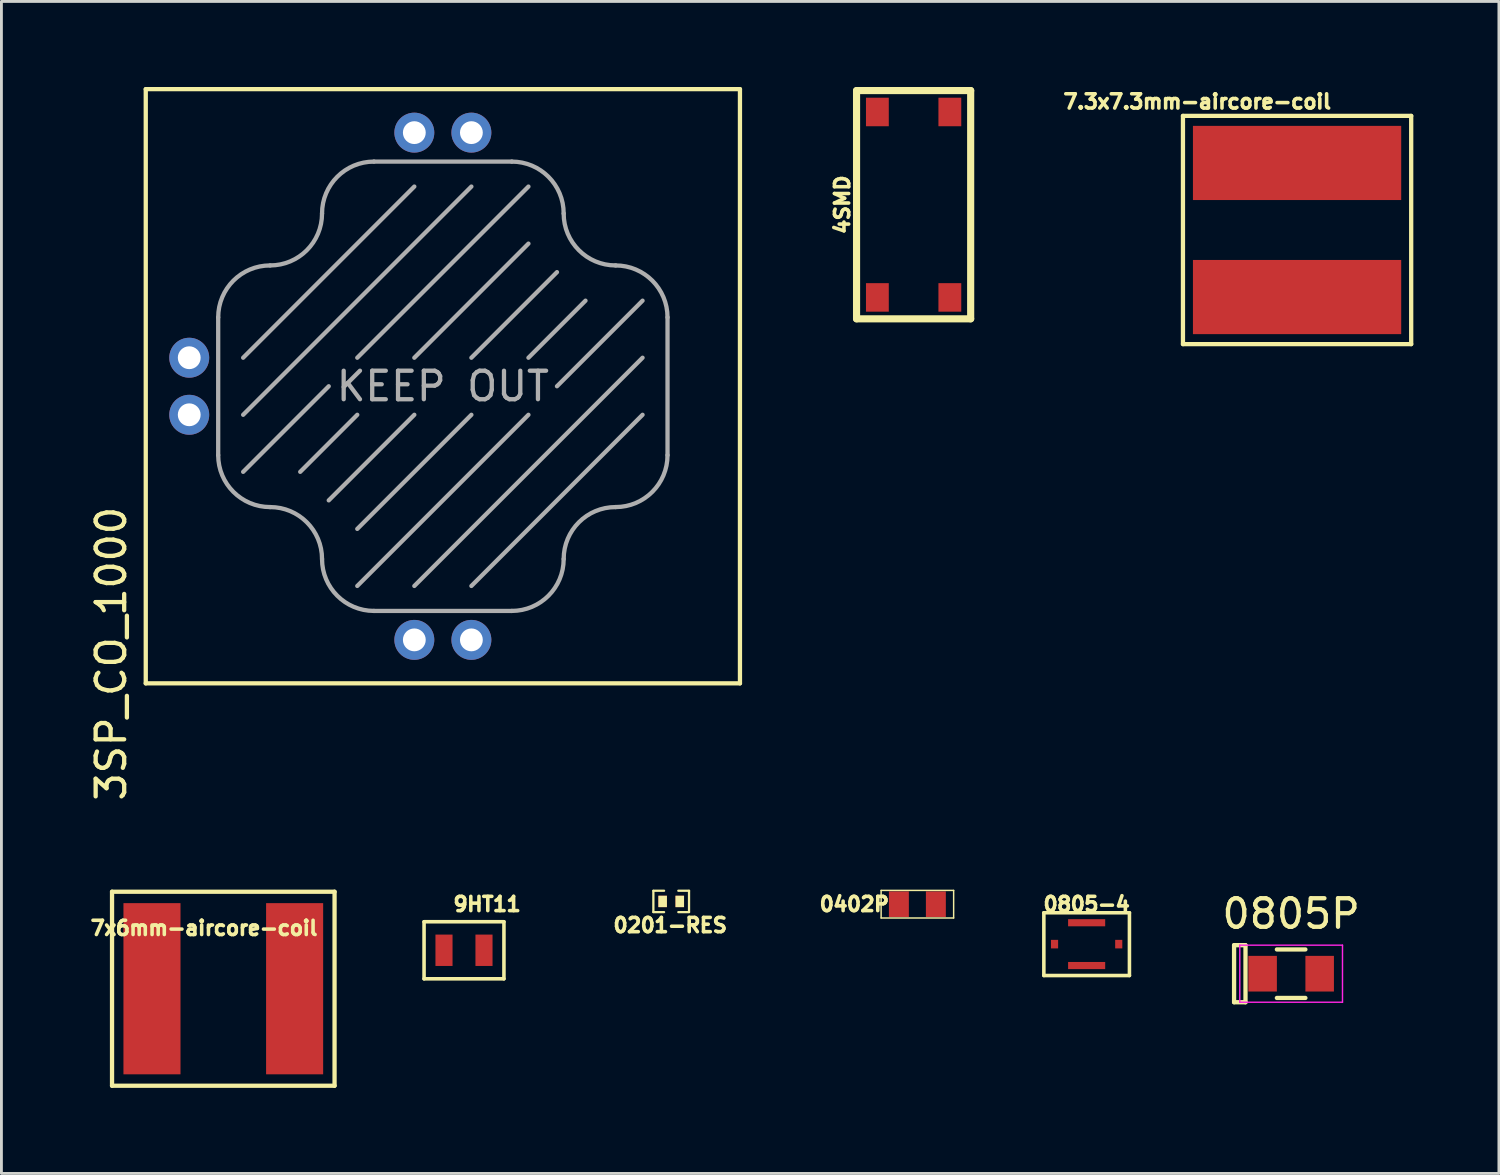
<source format=kicad_pcb>
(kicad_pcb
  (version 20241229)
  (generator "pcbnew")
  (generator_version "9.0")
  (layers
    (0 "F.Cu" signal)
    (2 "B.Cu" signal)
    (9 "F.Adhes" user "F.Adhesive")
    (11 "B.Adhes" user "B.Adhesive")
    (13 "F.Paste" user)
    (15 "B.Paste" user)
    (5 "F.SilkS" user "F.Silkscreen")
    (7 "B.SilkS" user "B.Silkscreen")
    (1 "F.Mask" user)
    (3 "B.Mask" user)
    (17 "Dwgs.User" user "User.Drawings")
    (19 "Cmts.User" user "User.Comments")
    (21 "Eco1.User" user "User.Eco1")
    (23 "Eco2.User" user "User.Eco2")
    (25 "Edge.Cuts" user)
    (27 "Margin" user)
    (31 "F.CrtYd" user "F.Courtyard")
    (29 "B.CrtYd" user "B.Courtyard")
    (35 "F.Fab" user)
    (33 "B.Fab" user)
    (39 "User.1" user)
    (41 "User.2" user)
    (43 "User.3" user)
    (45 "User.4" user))
  (footprint "7x6mm-aircore-coil"
    (layer "F.Cu")
    (at 4.777 31.607)
    (property "Reference" "7x6mm-aircore-coil" (at -0.675 -2.125 0) (layer "F.SilkS") (effects (font (size 0.5 0.5) (thickness 0.125))))
    (attr through_hole)
    (fp_line (start -3.9 -3.4) (end -3.9 3.4) (stroke (width 0.15) (type solid)) (layer "F.SilkS"))
    (fp_line (start -3.9 3.4) (end 3.9 3.4) (stroke (width 0.15) (type solid)) (layer "F.SilkS"))
    (fp_line (start 3.9 -3.4) (end -3.9 -3.4) (stroke (width 0.15) (type solid)) (layer "F.SilkS"))
    (fp_line (start 3.9 -3.4) (end 3.9 3.4) (stroke (width 0.15) (type solid)) (layer "F.SilkS"))
    (pad "1" smd rect (at -2.5 0) (size 2 6) (layers "F.Cu" "F.Mask" "F.Paste"))
    (pad "2" smd rect (at 2.5 0) (size 2 6) (layers "F.Cu" "F.Mask" "F.Paste")))
  (footprint "0805-4"
    (layer "F.Cu")
    (at 35.039 30.044)
    (property "Reference" "0805-4" (at 0 -1.4 0) (layer "F.SilkS") (effects (font (size 0.5 0.5) (thickness 0.125))))
    (attr through_hole)
    (fp_line (start -1.5 -1.1) (end 1.5 -1.1) (stroke (width 0.125) (type solid)) (layer "F.SilkS"))
    (fp_line (start -1.5 1.1) (end -1.5 -1.1) (stroke (width 0.125) (type solid)) (layer "F.SilkS"))
    (fp_line (start 1.5 -1.1) (end 1.5 1.1) (stroke (width 0.125) (type solid)) (layer "F.SilkS"))
    (fp_line (start 1.5 1.1) (end -1.5 1.1) (stroke (width 0.125) (type solid)) (layer "F.SilkS"))
    (pad "1" smd rect (at 0 -0.75) (size 1.3 0.25) (layers "F.Cu" "F.Mask" "F.Paste"))
    (pad "2" smd rect (at 1.125 0) (size 0.25 0.3) (layers "F.Cu" "F.Mask" "F.Paste"))
    (pad "3" smd rect (at 0 0.75) (size 1.3 0.25) (layers "F.Cu" "F.Mask" "F.Paste"))
    (pad "4" smd rect (at -1.125 0) (size 0.25 0.3) (layers "F.Cu" "F.Mask" "F.Paste")))
  (footprint "4SMD"
    (layer "F.Cu")
    (at 28.974 4.125)
    (property "Reference" "4SMD" (at -2.5 0 90) (layer "F.SilkS") (effects (font (size 0.5 0.5) (thickness 0.125))))
    (attr through_hole)
    (fp_line (start -2 -4) (end 2 -4) (stroke (width 0.25) (type solid)) (layer "F.SilkS"))
    (fp_line (start -2 4) (end -2 -4) (stroke (width 0.25) (type solid)) (layer "F.SilkS"))
    (fp_line (start 2 -4) (end 2 4) (stroke (width 0.25) (type solid)) (layer "F.SilkS"))
    (fp_line (start 2 4) (end -2 4) (stroke (width 0.25) (type solid)) (layer "F.SilkS"))
    (pad "1" smd rect (at -1.27 3.25) (size 0.8 1) (layers "F.Cu" "F.Mask" "F.Paste"))
    (pad "2" smd rect (at 1.27 3.25) (size 0.8 1) (layers "F.Cu" "F.Mask" "F.Paste"))
    (pad "3" smd rect (at 1.27 -3.25) (size 0.8 1) (layers "F.Cu" "F.Mask" "F.Paste"))
    (pad "4" smd rect (at -1.27 -3.25) (size 0.8 1) (layers "F.Cu" "F.Mask" "F.Paste")))
  (footprint "0402P"
    (layer "F.Cu")
    (at 29.106 28.644)
    (property "Reference" "0402P" (at -2.21 0 0) (layer "F.SilkS") (effects (font (size 0.5 0.5) (thickness 0.125))))
    (attr smd)
    (fp_line (start -1.271 -0.483) (end 1.271 -0.483) (stroke (width 0.051) (type solid)) (layer "F.SilkS"))
    (fp_line (start -1.271 0.483) (end -1.271 -0.483) (stroke (width 0.051) (type solid)) (layer "F.SilkS"))
    (fp_line (start 1.271 -0.483) (end 1.271 0.483) (stroke (width 0.051) (type solid)) (layer "F.SilkS"))
    (fp_line (start 1.271 0.483) (end -1.271 0.483) (stroke (width 0.051) (type solid)) (layer "F.SilkS"))
    (pad "A" smd rect (at -0.648 0) (size 0.699 0.899) (layers "F.Cu" "F.Mask" "F.Paste"))
    (pad "C" smd rect (at 0.648 0) (size 0.699 0.899) (layers "F.Cu" "F.Mask" "F.Paste")))
  (footprint "3SP_CO_1000"
    (layer "F.Cu")
    (at 12.473 10.489)
    (property "Reference" "3SP_CO_1000" (at -11.625 9.375 90) (layer "F.SilkS") (effects (font (size 1 1) (thickness 0.15))))
    (attr through_hole)
    (fp_line (start -10.414 -10.414) (end 10.414 -10.414) (stroke (width 0.15) (type solid)) (layer "F.SilkS"))
    (fp_line (start -10.414 10.414) (end -10.414 -10.414) (stroke (width 0.15) (type solid)) (layer "F.SilkS"))
    (fp_line (start -10.414 10.414) (end 10.414 10.414) (stroke (width 0.15) (type solid)) (layer "F.SilkS"))
    (fp_line (start 10.414 10.414) (end 10.414 -10.414) (stroke (width 0.15) (type solid)) (layer "F.SilkS"))
    (fp_line (start -7.875 -2.415) (end -7.875 2.415) (stroke (width 0.15) (type solid)) (layer "F.Fab"))
    (fp_line (start -7 1) (end 1 -7) (stroke (width 0.15) (type solid)) (layer "F.Fab"))
    (fp_line (start -4 0) (end -7 3) (stroke (width 0.15) (type solid)) (layer "F.Fab"))
    (fp_line (start -3 -1) (end 3 -7) (stroke (width 0.15) (type solid)) (layer "F.Fab"))
    (fp_line (start -3 1) (end -5 3) (stroke (width 0.15) (type solid)) (layer "F.Fab"))
    (fp_line (start -1 -7) (end -7 -1) (stroke (width 0.15) (type solid)) (layer "F.Fab"))
    (fp_line (start -1 -1) (end 3 -5) (stroke (width 0.15) (type solid)) (layer "F.Fab"))
    (fp_line (start -1 1) (end -4 4) (stroke (width 0.15) (type solid)) (layer "F.Fab"))
    (fp_line (start -1 7) (end 7 -1) (stroke (width 0.15) (type solid)) (layer "F.Fab"))
    (fp_line (start 1 -1) (end 4 -4) (stroke (width 0.15) (type solid)) (layer "F.Fab"))
    (fp_line (start 1 1) (end -3 5) (stroke (width 0.15) (type solid)) (layer "F.Fab"))
    (fp_line (start 1 7) (end 7 1) (stroke (width 0.15) (type solid)) (layer "F.Fab"))
    (fp_line (start 2.415 -7.875) (end -2.415 -7.875) (stroke (width 0.15) (type solid)) (layer "F.Fab"))
    (fp_line (start 2.415 7.875) (end -2.415 7.875) (stroke (width 0.15) (type solid)) (layer "F.Fab"))
    (fp_line (start 3 -1) (end 5 -3) (stroke (width 0.15) (type solid)) (layer "F.Fab"))
    (fp_line (start 3 1) (end -3 7) (stroke (width 0.15) (type solid)) (layer "F.Fab"))
    (fp_line (start 4 0) (end 7 -3) (stroke (width 0.15) (type solid)) (layer "F.Fab"))
    (fp_line (start 7.875 -2.415) (end 7.875 2.415) (stroke (width 0.15) (type solid)) (layer "F.Fab"))
    (fp_arc (start -7.875 -2.415) (mid -7.341934 -3.701934) (end -6.055 -4.235) (stroke (width 0.15) (type solid)) (layer "F.Fab"))
    (fp_arc (start -6.055 4.235) (mid -7.341934 3.701934) (end -7.875 2.415) (stroke (width 0.15) (type solid)) (layer "F.Fab"))
    (fp_arc (start -6.055 4.235) (mid -4.768066 4.768066) (end -4.235 6.055) (stroke (width 0.15) (type solid)) (layer "F.Fab"))
    (fp_arc (start -4.235 -6.055) (mid -4.768066 -4.768066) (end -6.055 -4.235) (stroke (width 0.15) (type solid)) (layer "F.Fab"))
    (fp_arc (start -4.235 -6.055) (mid -3.701934 -7.341934) (end -2.415 -7.875) (stroke (width 0.15) (type solid)) (layer "F.Fab"))
    (fp_arc (start -2.415 7.875) (mid -3.701934 7.341934) (end -4.235 6.055) (stroke (width 0.15) (type solid)) (layer "F.Fab"))
    (fp_arc (start 2.415 -7.875) (mid 3.701934 -7.341934) (end 4.235 -6.055) (stroke (width 0.15) (type solid)) (layer "F.Fab"))
    (fp_arc (start 4.235 6.055) (mid 3.701934 7.341934) (end 2.415 7.875) (stroke (width 0.15) (type solid)) (layer "F.Fab"))
    (fp_arc (start 4.235 6.055) (mid 4.768066 4.768066) (end 6.055 4.235) (stroke (width 0.15) (type solid)) (layer "F.Fab"))
    (fp_arc (start 6.055 -4.235) (mid 4.768066 -4.768066) (end 4.235 -6.055) (stroke (width 0.15) (type solid)) (layer "F.Fab"))
    (fp_arc (start 6.055 -4.235) (mid 7.341934 -3.701934) (end 7.875 -2.415) (stroke (width 0.15) (type solid)) (layer "F.Fab"))
    (fp_arc (start 7.875 2.415) (mid 7.341934 3.701934) (end 6.055 4.235) (stroke (width 0.15) (type solid)) (layer "F.Fab"))
    (fp_text user "KEEP OUT" (at 0 0 0) (layer "F.Fab") (effects (font (size 1 1) (thickness 0.15))))
    (pad "1" thru_hole circle (at -1 8.89) (size 1.4 1.4) (drill 0.8) (layers "*.Cu" "*.Mask"))
    (pad "2" thru_hole circle (at -8.89 1) (size 1.4 1.4) (drill 0.8) (layers "*.Cu" "*.Mask"))
    (pad "3" thru_hole circle (at -8.89 -1) (size 1.4 1.4) (drill 0.8) (layers "*.Cu" "*.Mask"))
    (pad "4" thru_hole circle (at -1 -8.89) (size 1.4 1.4) (drill 0.8) (layers "*.Cu" "*.Mask"))
    (pad "5" thru_hole circle (at 1 -8.89) (size 1.4 1.4) (drill 0.8) (layers "*.Cu" "*.Mask"))
    (pad "6" thru_hole circle (at 1 8.89) (size 1.4 1.4) (drill 0.8) (layers "*.Cu" "*.Mask")))
  (footprint "0805P"
    (layer "F.Cu")
    (at 42.207 31.08)
    (property "Reference" "0805P" (at 0 -2.1 0) (layer "F.SilkS") (effects (font (size 1 1) (thickness 0.15))))
    (attr smd)
    (fp_line (start -2 -1) (end -1.6 -1) (stroke (width 0.15) (type solid)) (layer "F.SilkS"))
    (fp_line (start -2 1) (end -2 -1) (stroke (width 0.15) (type solid)) (layer "F.SilkS"))
    (fp_line (start -1.6 -1) (end -1.6 1) (stroke (width 0.15) (type solid)) (layer "F.SilkS"))
    (fp_line (start -1.6 1) (end -2 1) (stroke (width 0.15) (type solid)) (layer "F.SilkS"))
    (fp_line (start -0.5 0.85) (end 0.5 0.85) (stroke (width 0.15) (type solid)) (layer "F.SilkS"))
    (fp_line (start 0.5 -0.85) (end -0.5 -0.85) (stroke (width 0.15) (type solid)) (layer "F.SilkS"))
    (fp_line (start -1.8 -1) (end -1.8 1) (stroke (width 0.05) (type solid)) (layer "F.CrtYd"))
    (fp_line (start -1.8 -1) (end 1.8 -1) (stroke (width 0.05) (type solid)) (layer "F.CrtYd"))
    (fp_line (start -1.8 1) (end 1.8 1) (stroke (width 0.05) (type solid)) (layer "F.CrtYd"))
    (fp_line (start 1.8 -1) (end 1.8 1) (stroke (width 0.05) (type solid)) (layer "F.CrtYd"))
    (pad "1" smd rect (at -1 0) (size 1 1.25) (layers "F.Cu" "F.Mask" "F.Paste"))
    (pad "2" smd rect (at 1 0) (size 1 1.25) (layers "F.Cu" "F.Mask" "F.Paste")))
  (footprint "0201-RES"
    (layer "F.Cu")
    (at 20.477 28.547)
    (property "Reference" "0201-RES" (at -0.035 0.835 0) (layer "F.SilkS") (effects (font (size 0.5 0.5) (thickness 0.125))))
    (attr smd)
    (fp_line (start -0.625 -0.37) (end -0.625 0.37) (stroke (width 0.08) (type solid)) (layer "F.SilkS"))
    (fp_line (start -0.625 0.375) (end -0.25 0.375) (stroke (width 0.08) (type solid)) (layer "F.SilkS"))
    (fp_line (start -0.25 -0.375) (end -0.625 -0.375) (stroke (width 0.08) (type solid)) (layer "F.SilkS"))
    (fp_line (start 0.25 -0.375) (end 0.625 -0.375) (stroke (width 0.08) (type solid)) (layer "F.SilkS"))
    (fp_line (start 0.625 -0.37) (end 0.625 0.37) (stroke (width 0.08) (type solid)) (layer "F.SilkS"))
    (fp_line (start 0.625 0.375) (end 0.25 0.375) (stroke (width 0.08) (type solid)) (layer "F.SilkS"))
    (pad "1" smd rect (at -0.3 0) (size 0.3 0.4) (layers "F.Cu" "F.Mask" "F.SilkS" "F.Paste"))
    (pad "2" smd rect (at 0.3 0) (size 0.3 0.4) (layers "F.Cu" "F.Mask" "F.SilkS" "F.Paste")))
  (footprint "7.3x7.3mm-aircore-coil"
    (layer "F.Cu")
    (at 42.415 5.012)
    (property "Reference" "7.3x7.3mm-aircore-coil" (at -3.5 -4.5 0) (layer "F.SilkS") (effects (font (size 0.5 0.5) (thickness 0.125))))
    (attr smd)
    (fp_line (start -4 -4) (end 4 -4) (stroke (width 0.15) (type solid)) (layer "F.SilkS"))
    (fp_line (start -4 4) (end -4 -4) (stroke (width 0.15) (type solid)) (layer "F.SilkS"))
    (fp_line (start 4 -4) (end 4 4) (stroke (width 0.15) (type solid)) (layer "F.SilkS"))
    (fp_line (start 4 4) (end -4 4) (stroke (width 0.15) (type solid)) (layer "F.SilkS"))
    (pad "1" smd rect (at 0 -2.35) (size 7.3 2.6) (layers "F.Cu" "F.Mask" "F.Paste"))
    (pad "2" smd rect (at 0 2.35) (size 7.3 2.6) (layers "F.Cu" "F.Mask" "F.Paste")))
  (footprint "9HT11"
    (layer "F.Cu")
    (at 13.214 30.259)
    (property "Reference" "9HT11" (at 0.81 -1.615 0) (layer "F.SilkS") (effects (font (size 0.5 0.5) (thickness 0.125))))
    (attr smd)
    (fp_line (start -1.4 -1) (end -1.4 1) (stroke (width 0.125) (type solid)) (layer "F.SilkS"))
    (fp_line (start -1.4 1) (end 1.4 1) (stroke (width 0.125) (type solid)) (layer "F.SilkS"))
    (fp_line (start 1.4 -1) (end -1.4 -1) (stroke (width 0.125) (type solid)) (layer "F.SilkS"))
    (fp_line (start 1.4 1) (end 1.4 -1) (stroke (width 0.125) (type solid)) (layer "F.SilkS"))
    (pad "1" smd rect (at -0.701 0) (size 0.599 1.1) (layers "F.Cu" "F.Mask" "F.Paste"))
    (pad "2" smd rect (at 0.701 0) (size 0.599 1.1) (layers "F.Cu" "F.Mask" "F.Paste")))
  (gr_rect
    (start -3 -3)
    (end 49.49 38.082)
    (stroke (width 0.1) (type default))
    (fill no)
    (layer "Edge.Cuts")))
</source>
